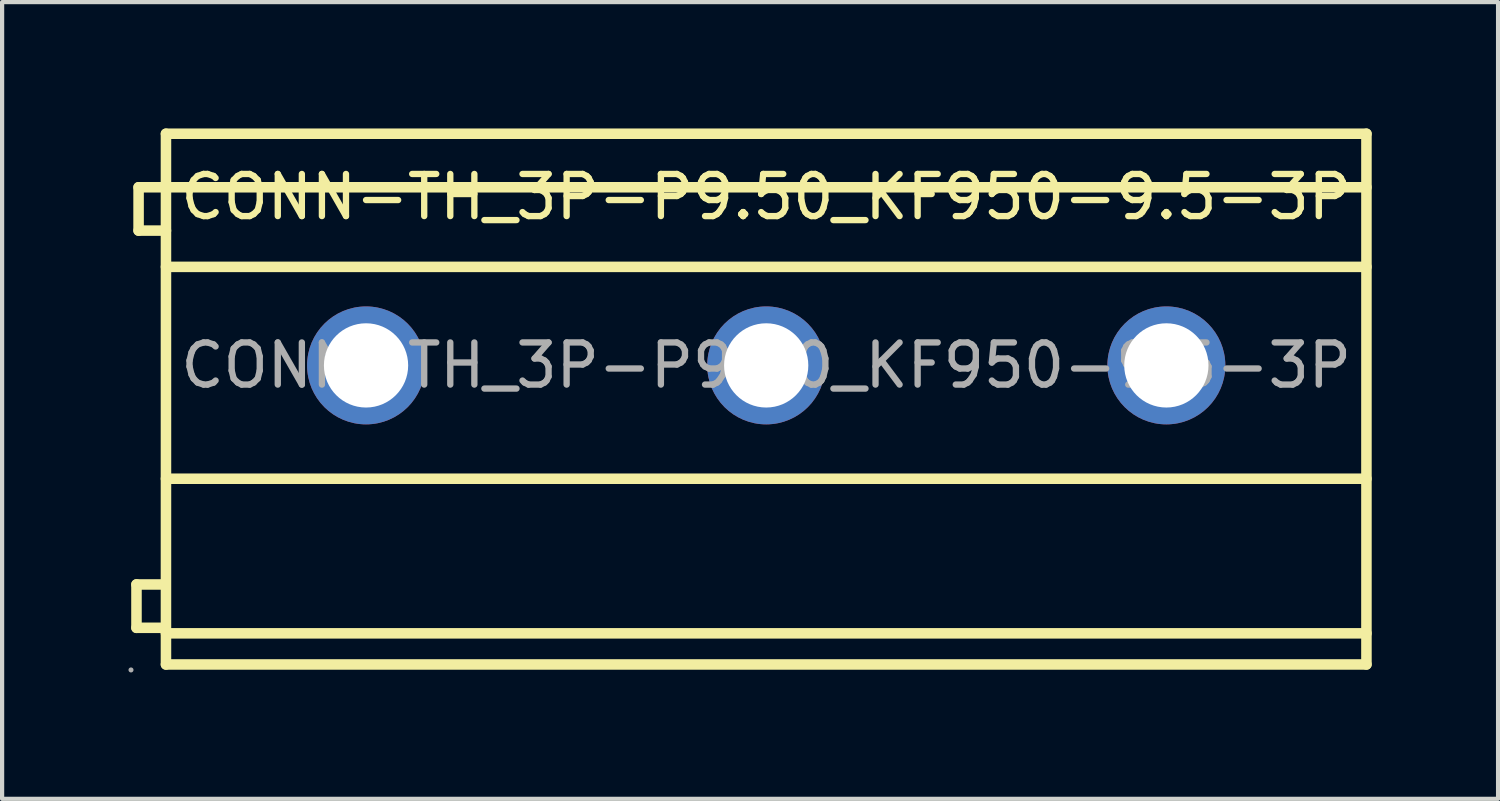
<source format=kicad_pcb>
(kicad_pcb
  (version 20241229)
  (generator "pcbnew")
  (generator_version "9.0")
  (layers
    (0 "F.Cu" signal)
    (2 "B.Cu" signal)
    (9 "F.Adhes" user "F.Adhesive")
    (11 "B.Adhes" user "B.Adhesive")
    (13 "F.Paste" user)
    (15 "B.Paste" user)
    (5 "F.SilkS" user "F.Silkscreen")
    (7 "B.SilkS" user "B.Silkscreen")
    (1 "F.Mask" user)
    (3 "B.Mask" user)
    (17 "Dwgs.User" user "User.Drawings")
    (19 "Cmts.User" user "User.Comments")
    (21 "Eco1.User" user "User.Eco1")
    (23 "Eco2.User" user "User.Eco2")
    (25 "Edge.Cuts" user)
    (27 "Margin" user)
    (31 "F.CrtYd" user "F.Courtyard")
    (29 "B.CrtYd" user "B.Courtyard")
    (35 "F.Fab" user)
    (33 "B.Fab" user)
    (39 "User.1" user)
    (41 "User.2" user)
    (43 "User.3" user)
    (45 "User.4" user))
  (footprint "CONN-TH_3P-P9.50_KF950-9.5-3P"
    (layer "F.Cu")
    (at 15.14 5.625)
    (property "Reference" "CONN-TH_3P-P9.50_KF950-9.5-3P" (at 0 -4 0) (layer "F.SilkS") (effects (font (size 1 1) (thickness 0.15))))
    (attr through_hole)
    (fp_line (start -14.95 5.2) (end -14.95 6.23) (stroke (width 0.25) (type solid)) (layer "F.SilkS"))
    (fp_line (start -14.95 6.23) (end -14.3 6.23) (stroke (width 0.25) (type solid)) (layer "F.SilkS"))
    (fp_line (start -14.9 -4.23) (end -14.9 -3.2) (stroke (width 0.25) (type solid)) (layer "F.SilkS"))
    (fp_line (start -14.9 -3.2) (end -14.25 -3.2) (stroke (width 0.25) (type solid)) (layer "F.SilkS"))
    (fp_line (start -14.3 5.2) (end -14.95 5.2) (stroke (width 0.25) (type solid)) (layer "F.SilkS"))
    (fp_line (start -14.25 -5.5) (end -14.25 7.1) (stroke (width 0.25) (type solid)) (layer "F.SilkS"))
    (fp_line (start -14.25 -5.5) (end 14.25 -5.5) (stroke (width 0.25) (type solid)) (layer "F.SilkS"))
    (fp_line (start -14.25 -4.23) (end -14.9 -4.23) (stroke (width 0.25) (type solid)) (layer "F.SilkS"))
    (fp_line (start -14.25 -4.23) (end 14.25 -4.23) (stroke (width 0.25) (type solid)) (layer "F.SilkS"))
    (fp_line (start -14.25 -2.34) (end 14.25 -2.34) (stroke (width 0.25) (type solid)) (layer "F.SilkS"))
    (fp_line (start -14.25 2.69) (end 14.25 2.69) (stroke (width 0.25) (type solid)) (layer "F.SilkS"))
    (fp_line (start -14.25 6.36) (end 14.25 6.36) (stroke (width 0.25) (type solid)) (layer "F.SilkS"))
    (fp_line (start -14.25 7.1) (end 14.25 7.1) (stroke (width 0.25) (type solid)) (layer "F.SilkS"))
    (fp_line (start 14.25 -5.5) (end 14.25 7.1) (stroke (width 0.25) (type solid)) (layer "F.SilkS"))
    (fp_circle (center -15.08 7.23) (end -15.05 7.23) (stroke (width 0.06) (type solid)) (fill no) (layer "F.Fab"))
    (fp_circle (center -9.5 0) (end -9.05 0) (stroke (width 0.9) (type solid)) (fill no) (layer "F.Fab"))
    (fp_circle (center 0 0) (end 0.45 0) (stroke (width 0.9) (type solid)) (fill no) (layer "F.Fab"))
    (fp_circle (center 9.5 0) (end 9.95 0) (stroke (width 0.9) (type solid)) (fill no) (layer "F.Fab"))
    (fp_text user "${REFERENCE}" (at 0 0 0) (layer "F.Fab") (effects (font (size 1 1) (thickness 0.15))))
    (pad "1" thru_hole circle (at -9.5 0) (size 2.8 2.8) (drill 2) (layers "*.Cu" "*.Mask"))
    (pad "2" thru_hole circle (at 0 0) (size 2.8 2.8) (drill 2) (layers "*.Cu" "*.Mask"))
    (pad "3" thru_hole circle (at 9.5 0) (size 2.8 2.8) (drill 2) (layers "*.Cu" "*.Mask")))
  (gr_rect
    (start -3 -3)
    (end 32.515 15.915)
    (stroke (width 0.1) (type default))
    (fill no)
    (layer "Edge.Cuts")))
</source>
